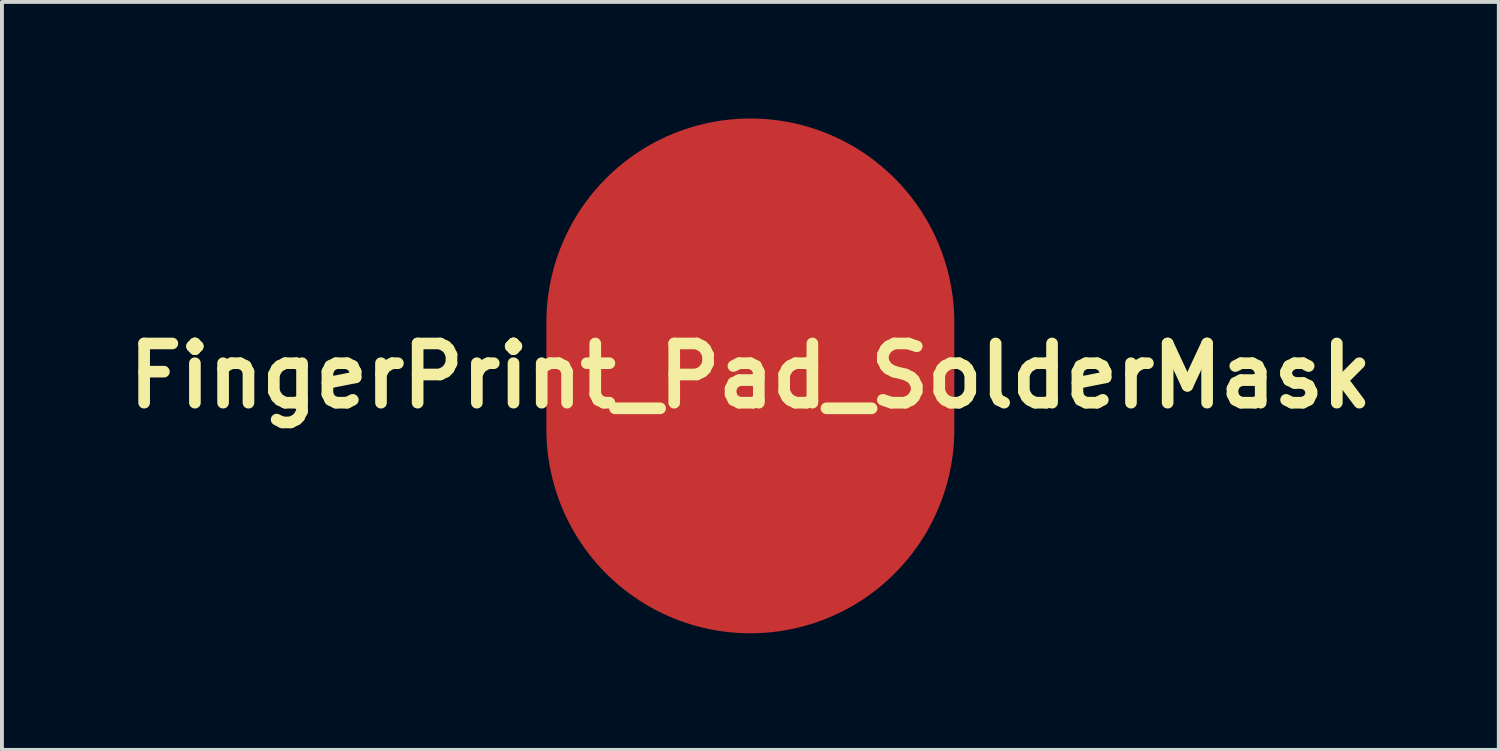
<source format=kicad_pcb>
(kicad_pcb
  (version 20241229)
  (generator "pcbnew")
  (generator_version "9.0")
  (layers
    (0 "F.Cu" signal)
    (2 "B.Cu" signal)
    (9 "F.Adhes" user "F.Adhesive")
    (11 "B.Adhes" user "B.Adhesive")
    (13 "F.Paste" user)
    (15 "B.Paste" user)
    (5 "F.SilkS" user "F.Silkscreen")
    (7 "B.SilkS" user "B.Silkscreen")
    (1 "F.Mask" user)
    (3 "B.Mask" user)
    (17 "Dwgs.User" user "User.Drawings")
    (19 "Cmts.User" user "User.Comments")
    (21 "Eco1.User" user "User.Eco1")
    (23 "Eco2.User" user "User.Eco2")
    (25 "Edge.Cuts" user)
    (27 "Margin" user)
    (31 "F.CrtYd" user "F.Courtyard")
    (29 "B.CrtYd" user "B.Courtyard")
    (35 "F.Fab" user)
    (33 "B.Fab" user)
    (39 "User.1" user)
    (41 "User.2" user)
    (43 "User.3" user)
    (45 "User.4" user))
  (footprint "FingerPrint_Pad_SolderMask"
    (layer "F.Cu")
    (at 16.263 6.625)
    (property "Reference" "FingerPrint_Pad_SolderMask" (at 0 0 0) (layer "F.SilkS") (effects (font (size 1.524 1.524) (thickness 0.3))))
    (attr board_only exclude_from_pos_files exclude_from_bom)
    (fp_poly (pts (xy 4.02 -1.476) (xy 4.107 -1.451) (xy 4.186 -1.4) (xy 4.213 -1.374) (xy 4.247 -1.327) (xy 4.284 -1.255) (xy 4.323 -1.163) (xy 4.362 -1.054) (xy 4.4 -0.93) (xy 4.437 -0.798) (xy 4.47 -0.658) (xy 4.486 -0.584) (xy 4.544 -0.231) (xy 4.58 0.139) (xy 4.593 0.524) (xy 4.583 0.923) (xy 4.55 1.335) (xy 4.495 1.761) (xy 4.417 2.197) (xy 4.41 2.234) (xy 4.388 2.334) (xy 4.369 2.41) (xy 4.35 2.467) (xy 4.33 2.511) (xy 4.306 2.547) (xy 4.29 2.566) (xy 4.228 2.615) (xy 4.15 2.648) (xy 4.065 2.662) (xy 3.981 2.657) (xy 3.944 2.646) (xy 3.868 2.604) (xy 3.805 2.54) (xy 3.761 2.463) (xy 3.74 2.377) (xy 3.739 2.352) (xy 3.742 2.311) (xy 3.75 2.251) (xy 3.762 2.18) (xy 3.774 2.12) (xy 3.846 1.737) (xy 3.9 1.336) (xy 3.936 0.919) (xy 3.939 0.87) (xy 3.948 0.606) (xy 3.944 0.341) (xy 3.927 0.079) (xy 3.899 -0.175) (xy 3.859 -0.417) (xy 3.809 -0.644) (xy 3.749 -0.85) (xy 3.708 -0.96) (xy 3.672 -1.07) (xy 3.656 -1.163) (xy 3.662 -1.243) (xy 3.69 -1.314) (xy 3.74 -1.377) (xy 3.766 -1.401) (xy 3.845 -1.452) (xy 3.932 -1.477)) (stroke (width 0) (type solid)) (fill yes) (layer "F.Mask"))
    (fp_poly (pts (xy -0.424 4.327) (xy -0.285 4.35) (xy -0.281 4.351) (xy -0.114 4.405) (xy 0.04 4.483) (xy 0.181 4.587) (xy 0.31 4.716) (xy 0.427 4.871) (xy 0.531 5.051) (xy 0.619 5.246) (xy 0.668 5.375) (xy 0.702 5.483) (xy 0.722 5.572) (xy 0.728 5.648) (xy 0.721 5.713) (xy 0.701 5.769) (xy 0.678 5.808) (xy 0.618 5.872) (xy 0.542 5.918) (xy 0.457 5.943) (xy 0.371 5.945) (xy 0.308 5.93) (xy 0.241 5.899) (xy 0.188 5.858) (xy 0.145 5.803) (xy 0.108 5.729) (xy 0.08 5.649) (xy 0.018 5.482) (xy -0.05 5.336) (xy -0.124 5.213) (xy -0.204 5.114) (xy -0.287 5.04) (xy -0.375 4.991) (xy -0.464 4.969) (xy -0.531 4.97) (xy -0.615 4.993) (xy -0.711 5.04) (xy -0.819 5.111) (xy -0.941 5.207) (xy -1.075 5.329) (xy -1.199 5.45) (xy -1.266 5.518) (xy -1.33 5.58) (xy -1.387 5.633) (xy -1.432 5.673) (xy -1.463 5.697) (xy -1.47 5.702) (xy -1.534 5.723) (xy -1.611 5.728) (xy -1.689 5.719) (xy -1.75 5.697) (xy -1.827 5.642) (xy -1.883 5.568) (xy -1.917 5.48) (xy -1.926 5.399) (xy -1.922 5.353) (xy -1.908 5.306) (xy -1.882 5.256) (xy -1.841 5.198) (xy -1.785 5.13) (xy -1.71 5.05) (xy -1.635 4.973) (xy -1.461 4.806) (xy -1.296 4.665) (xy -1.14 4.549) (xy -0.989 4.458) (xy -0.844 4.391) (xy -0.702 4.348) (xy -0.563 4.326)) (stroke (width 0) (type solid)) (fill yes) (layer "F.Mask"))
    (fp_poly (pts (xy 0.991 2.584) (xy 1.073 2.616) (xy 1.136 2.664) (xy 1.194 2.739) (xy 1.226 2.821) (xy 1.231 2.912) (xy 1.209 3.012) (xy 1.18 3.082) (xy 1.14 3.173) (xy 1.112 3.255) (xy 1.093 3.335) (xy 1.083 3.422) (xy 1.079 3.526) (xy 1.079 3.575) (xy 1.08 3.66) (xy 1.083 3.726) (xy 1.089 3.779) (xy 1.098 3.829) (xy 1.113 3.883) (xy 1.119 3.903) (xy 1.167 4.04) (xy 1.225 4.171) (xy 1.297 4.297) (xy 1.384 4.421) (xy 1.488 4.546) (xy 1.612 4.675) (xy 1.758 4.81) (xy 1.926 4.954) (xy 1.983 5.006) (xy 2.028 5.058) (xy 2.051 5.094) (xy 2.079 5.178) (xy 2.081 5.265) (xy 2.06 5.35) (xy 2.016 5.426) (xy 1.953 5.488) (xy 1.935 5.5) (xy 1.856 5.535) (xy 1.769 5.549) (xy 1.685 5.542) (xy 1.633 5.525) (xy 1.58 5.494) (xy 1.511 5.444) (xy 1.431 5.38) (xy 1.343 5.305) (xy 1.252 5.222) (xy 1.16 5.134) (xy 1.072 5.045) (xy 0.991 4.959) (xy 0.921 4.878) (xy 0.906 4.859) (xy 0.767 4.666) (xy 0.65 4.46) (xy 0.555 4.246) (xy 0.485 4.029) (xy 0.448 3.856) (xy 0.437 3.761) (xy 0.432 3.649) (xy 0.432 3.529) (xy 0.437 3.408) (xy 0.446 3.298) (xy 0.461 3.206) (xy 0.462 3.2) (xy 0.499 3.055) (xy 0.543 2.925) (xy 0.592 2.814) (xy 0.644 2.723) (xy 0.7 2.657) (xy 0.731 2.631) (xy 0.814 2.591) (xy 0.902 2.575)) (stroke (width 0) (type solid)) (fill yes) (layer "F.Mask"))
    (fp_poly (pts (xy 0.018 0.074) (xy 0.096 0.106) (xy 0.159 0.16) (xy 0.204 0.229) (xy 0.229 0.286) (xy 0.242 0.341) (xy 0.241 0.4) (xy 0.227 0.466) (xy 0.198 0.546) (xy 0.154 0.644) (xy 0.147 0.66) (xy 0.024 0.896) (xy -0.118 1.137) (xy -0.28 1.384) (xy -0.463 1.639) (xy -0.669 1.903) (xy -0.899 2.179) (xy -1.027 2.326) (xy -1.112 2.419) (xy -1.215 2.528) (xy -1.33 2.647) (xy -1.456 2.774) (xy -1.587 2.904) (xy -1.72 3.033) (xy -1.851 3.158) (xy -1.975 3.274) (xy -2.089 3.378) (xy -2.14 3.423) (xy -2.269 3.534) (xy -2.412 3.654) (xy -2.565 3.78) (xy -2.723 3.908) (xy -2.884 4.036) (xy -3.043 4.16) (xy -3.196 4.277) (xy -3.34 4.385) (xy -3.47 4.48) (xy -3.579 4.556) (xy -3.67 4.608) (xy -3.755 4.633) (xy -3.838 4.633) (xy -3.899 4.617) (xy -3.982 4.574) (xy -4.047 4.512) (xy -4.091 4.435) (xy -4.113 4.35) (xy -4.11 4.26) (xy -4.085 4.181) (xy -4.074 4.156) (xy -4.062 4.135) (xy -4.046 4.114) (xy -4.024 4.092) (xy -3.993 4.065) (xy -3.95 4.03) (xy -3.891 3.986) (xy -3.814 3.93) (xy -3.75 3.883) (xy -3.344 3.578) (xy -2.955 3.268) (xy -2.585 2.953) (xy -2.235 2.635) (xy -1.906 2.316) (xy -1.601 1.997) (xy -1.32 1.68) (xy -1.066 1.366) (xy -1.025 1.312) (xy -0.883 1.12) (xy -0.759 0.94) (xy -0.648 0.766) (xy -0.546 0.59) (xy -0.449 0.407) (xy -0.435 0.379) (xy -0.394 0.297) (xy -0.362 0.236) (xy -0.337 0.192) (xy -0.315 0.161) (xy -0.295 0.139) (xy -0.272 0.122) (xy -0.251 0.108) (xy -0.208 0.084) (xy -0.17 0.071) (xy -0.125 0.065) (xy -0.078 0.064)) (stroke (width 0) (type solid)) (fill yes) (layer "F.Mask"))
    (fp_poly (pts (xy 0.125 -5.74) (xy 0.278 -5.736) (xy 0.416 -5.728) (xy 0.534 -5.718) (xy 0.542 -5.717) (xy 0.955 -5.659) (xy 1.352 -5.577) (xy 1.735 -5.471) (xy 2.105 -5.341) (xy 2.464 -5.184) (xy 2.812 -5.003) (xy 3.151 -4.795) (xy 3.481 -4.56) (xy 3.565 -4.495) (xy 3.645 -4.426) (xy 3.7 -4.36) (xy 3.734 -4.294) (xy 3.747 -4.24) (xy 3.748 -4.147) (xy 3.723 -4.06) (xy 3.676 -3.986) (xy 3.609 -3.926) (xy 3.525 -3.887) (xy 3.493 -3.878) (xy 3.439 -3.87) (xy 3.389 -3.872) (xy 3.338 -3.885) (xy 3.283 -3.911) (xy 3.217 -3.952) (xy 3.136 -4.011) (xy 3.114 -4.028) (xy 2.808 -4.247) (xy 2.499 -4.439) (xy 2.183 -4.605) (xy 1.859 -4.746) (xy 1.523 -4.864) (xy 1.291 -4.93) (xy 0.939 -5.009) (xy 0.579 -5.065) (xy 0.215 -5.097) (xy -0.149 -5.105) (xy -0.511 -5.09) (xy -0.867 -5.052) (xy -1.214 -4.991) (xy -1.548 -4.906) (xy -1.634 -4.88) (xy -1.928 -4.775) (xy -2.214 -4.651) (xy -2.487 -4.509) (xy -2.746 -4.351) (xy -2.988 -4.179) (xy -3.209 -3.996) (xy -3.406 -3.801) (xy -3.474 -3.726) (xy -3.531 -3.663) (xy -3.584 -3.611) (xy -3.627 -3.574) (xy -3.65 -3.559) (xy -3.707 -3.54) (xy -3.777 -3.53) (xy -3.846 -3.53) (xy -3.902 -3.541) (xy -3.903 -3.541) (xy -3.984 -3.585) (xy -4.047 -3.648) (xy -4.091 -3.726) (xy -4.112 -3.814) (xy -4.108 -3.905) (xy -4.103 -3.926) (xy -4.085 -3.975) (xy -4.054 -4.03) (xy -4.007 -4.094) (xy -3.944 -4.169) (xy -3.861 -4.258) (xy -3.803 -4.317) (xy -3.555 -4.548) (xy -3.288 -4.76) (xy -3.001 -4.954) (xy -2.693 -5.132) (xy -2.583 -5.188) (xy -2.289 -5.324) (xy -1.991 -5.44) (xy -1.685 -5.537) (xy -1.366 -5.616) (xy -1.029 -5.679) (xy -0.749 -5.717) (xy -0.639 -5.727) (xy -0.506 -5.735) (xy -0.357 -5.74) (xy -0.198 -5.743) (xy -0.036 -5.743)) (stroke (width 0) (type solid)) (fill yes) (layer "F.Mask"))
    (fp_poly (pts (xy 0.39 -4.619) (xy 0.691 -4.584) (xy 0.842 -4.559) (xy 1.188 -4.479) (xy 1.528 -4.372) (xy 1.864 -4.236) (xy 2.195 -4.073) (xy 2.521 -3.881) (xy 2.843 -3.662) (xy 3.057 -3.498) (xy 3.157 -3.416) (xy 3.264 -3.32) (xy 3.378 -3.213) (xy 3.493 -3.1) (xy 3.608 -2.983) (xy 3.72 -2.865) (xy 3.824 -2.75) (xy 3.919 -2.64) (xy 4.002 -2.54) (xy 4.068 -2.452) (xy 4.115 -2.38) (xy 4.154 -2.289) (xy 4.165 -2.198) (xy 4.148 -2.109) (xy 4.105 -2.027) (xy 4.066 -1.981) (xy 3.99 -1.923) (xy 3.907 -1.892) (xy 3.817 -1.889) (xy 3.772 -1.897) (xy 3.718 -1.915) (xy 3.67 -1.942) (xy 3.623 -1.982) (xy 3.57 -2.04) (xy 3.522 -2.102) (xy 3.317 -2.355) (xy 3.091 -2.598) (xy 2.848 -2.828) (xy 2.592 -3.042) (xy 2.324 -3.239) (xy 2.05 -3.415) (xy 1.771 -3.568) (xy 1.492 -3.695) (xy 1.459 -3.709) (xy 1.188 -3.807) (xy 0.925 -3.882) (xy 0.661 -3.937) (xy 0.389 -3.973) (xy 0.102 -3.99) (xy 0.093 -3.991) (xy -0.265 -3.989) (xy -0.612 -3.962) (xy -0.946 -3.909) (xy -1.268 -3.832) (xy -1.576 -3.73) (xy -1.871 -3.603) (xy -2.153 -3.451) (xy -2.42 -3.275) (xy -2.554 -3.173) (xy -2.699 -3.049) (xy -2.852 -2.901) (xy -3.011 -2.733) (xy -3.173 -2.547) (xy -3.337 -2.347) (xy -3.499 -2.135) (xy -3.657 -1.914) (xy -3.809 -1.688) (xy -3.926 -1.5) (xy -3.982 -1.424) (xy -4.042 -1.373) (xy -4.112 -1.343) (xy -4.199 -1.33) (xy -4.201 -1.33) (xy -4.264 -1.329) (xy -4.31 -1.336) (xy -4.351 -1.351) (xy -4.364 -1.357) (xy -4.436 -1.408) (xy -4.49 -1.478) (xy -4.525 -1.56) (xy -4.537 -1.647) (xy -4.524 -1.734) (xy -4.521 -1.742) (xy -4.498 -1.794) (xy -4.459 -1.866) (xy -4.406 -1.954) (xy -4.34 -2.056) (xy -4.265 -2.169) (xy -4.181 -2.29) (xy -4.09 -2.417) (xy -3.995 -2.546) (xy -3.898 -2.675) (xy -3.8 -2.802) (xy -3.703 -2.923) (xy -3.654 -2.982) (xy -3.409 -3.259) (xy -3.151 -3.509) (xy -2.88 -3.734) (xy -2.597 -3.933) (xy -2.301 -4.107) (xy -1.991 -4.257) (xy -1.668 -4.381) (xy -1.33 -4.481) (xy -0.977 -4.557) (xy -0.878 -4.573) (xy -0.563 -4.612) (xy -0.243 -4.633) (xy 0.077 -4.635)) (stroke (width 0) (type solid)) (fill yes) (layer "F.Mask"))
    (fp_poly (pts (xy 0.057 -1.224) (xy 0.232 -1.198) (xy 0.409 -1.147) (xy 0.576 -1.074) (xy 0.749 -0.969) (xy 0.905 -0.841) (xy 1.043 -0.692) (xy 1.162 -0.52) (xy 1.264 -0.328) (xy 1.346 -0.115) (xy 1.394 0.051) (xy 1.42 0.192) (xy 1.433 0.348) (xy 1.434 0.511) (xy 1.422 0.669) (xy 1.401 0.794) (xy 1.339 1.023) (xy 1.25 1.261) (xy 1.134 1.508) (xy 0.991 1.763) (xy 0.82 2.027) (xy 0.623 2.299) (xy 0.399 2.58) (xy 0.148 2.869) (xy -0.13 3.166) (xy -0.434 3.472) (xy -0.765 3.785) (xy -1.006 4.003) (xy -1.265 4.23) (xy -1.541 4.463) (xy -1.826 4.697) (xy -2.112 4.924) (xy -2.39 5.137) (xy -2.445 5.179) (xy -2.545 5.253) (xy -2.627 5.311) (xy -2.693 5.354) (xy -2.748 5.384) (xy -2.794 5.403) (xy -2.837 5.413) (xy -2.878 5.414) (xy -2.922 5.409) (xy -2.94 5.406) (xy -3.025 5.376) (xy -3.097 5.322) (xy -3.153 5.246) (xy -3.157 5.238) (xy -3.189 5.151) (xy -3.194 5.066) (xy -3.172 4.98) (xy -3.162 4.957) (xy -3.148 4.929) (xy -3.13 4.904) (xy -3.107 4.877) (xy -3.072 4.847) (xy -3.024 4.808) (xy -2.959 4.758) (xy -2.904 4.717) (xy -2.568 4.462) (xy -2.238 4.201) (xy -1.916 3.936) (xy -1.604 3.669) (xy -1.305 3.403) (xy -1.021 3.138) (xy -0.754 2.878) (xy -0.506 2.624) (xy -0.28 2.379) (xy -0.093 2.162) (xy 0.098 1.923) (xy 0.267 1.692) (xy 0.413 1.47) (xy 0.537 1.257) (xy 0.637 1.055) (xy 0.713 0.863) (xy 0.764 0.684) (xy 0.786 0.565) (xy 0.795 0.46) (xy 0.792 0.362) (xy 0.777 0.259) (xy 0.755 0.161) (xy 0.699 -0.009) (xy 0.627 -0.158) (xy 0.538 -0.287) (xy 0.435 -0.395) (xy 0.319 -0.48) (xy 0.191 -0.54) (xy 0.053 -0.576) (xy -0.071 -0.585) (xy -0.229 -0.571) (xy -0.38 -0.53) (xy -0.523 -0.462) (xy -0.657 -0.368) (xy -0.779 -0.25) (xy -0.807 -0.218) (xy -0.846 -0.166) (xy -0.888 -0.1) (xy -0.935 -0.017) (xy -0.989 0.088) (xy -1.022 0.155) (xy -1.163 0.433) (xy -1.301 0.685) (xy -1.438 0.916) (xy -1.577 1.128) (xy -1.718 1.324) (xy -1.792 1.42) (xy -1.858 1.498) (xy -1.94 1.59) (xy -2.036 1.691) (xy -2.139 1.797) (xy -2.247 1.904) (xy -2.353 2.006) (xy -2.454 2.1) (xy -2.546 2.18) (xy -2.569 2.199) (xy -2.633 2.252) (xy -2.715 2.316) (xy -2.81 2.39) (xy -2.917 2.472) (xy -3.033 2.559) (xy -3.156 2.651) (xy -3.282 2.745) (xy -3.41 2.84) (xy -3.538 2.933) (xy -3.662 3.024) (xy -3.78 3.109) (xy -3.889 3.188) (xy -3.988 3.258) (xy -4.074 3.317) (xy -4.144 3.365) (xy -4.196 3.398) (xy -4.223 3.414) (xy -4.294 3.436) (xy -4.376 3.438) (xy -4.46 3.421) (xy -4.506 3.402) (xy -4.579 3.351) (xy -4.633 3.285) (xy -4.665 3.207) (xy -4.677 3.124) (xy -4.667 3.041) (xy -4.635 2.962) (xy -4.58 2.893) (xy -4.556 2.872) (xy -4.531 2.853) (xy -4.486 2.82) (xy -4.424 2.776) (xy -4.35 2.722) (xy -4.266 2.662) (xy -4.175 2.597) (xy -4.145 2.576) (xy -3.932 2.423) (xy -3.74 2.284) (xy -3.569 2.158) (xy -3.414 2.043) (xy -3.276 1.937) (xy -3.151 1.839) (xy -3.037 1.746) (xy -2.933 1.658) (xy -2.836 1.572) (xy -2.744 1.488) (xy -2.656 1.402) (xy -2.611 1.357) (xy -2.482 1.224) (xy -2.365 1.095) (xy -2.257 0.967) (xy -2.157 0.835) (xy -2.061 0.696) (xy -1.966 0.546) (xy -1.87 0.381) (xy -1.771 0.198) (xy -1.665 -0.008) (xy -1.652 -0.036) (xy -1.58 -0.178) (xy -1.517 -0.297) (xy -1.461 -0.398) (xy -1.409 -0.483) (xy -1.358 -0.557) (xy -1.307 -0.623) (xy -1.253 -0.685) (xy -1.194 -0.747) (xy -1.192 -0.749) (xy -1.025 -0.897) (xy -0.85 -1.018) (xy -0.666 -1.111) (xy -0.473 -1.178) (xy -0.271 -1.217) (xy -0.061 -1.229)) (stroke (width 0) (type solid)) (fill yes) (layer "F.Mask"))
    (fp_poly (pts (xy 0.016 -3.501) (xy 0.123 -3.498) (xy 0.223 -3.495) (xy 0.31 -3.491) (xy 0.376 -3.486) (xy 0.392 -3.484) (xy 0.703 -3.433) (xy 1.004 -3.36) (xy 1.293 -3.267) (xy 1.565 -3.153) (xy 1.727 -3.072) (xy 1.989 -2.915) (xy 2.238 -2.733) (xy 2.473 -2.53) (xy 2.691 -2.306) (xy 2.891 -2.064) (xy 3.072 -1.807) (xy 3.231 -1.536) (xy 3.367 -1.252) (xy 3.47 -0.986) (xy 3.524 -0.792) (xy 3.56 -0.587) (xy 3.578 -0.366) (xy 3.578 -0.127) (xy 3.568 0.043) (xy 3.561 0.131) (xy 3.554 0.215) (xy 3.545 0.298) (xy 3.535 0.385) (xy 3.523 0.48) (xy 3.508 0.585) (xy 3.49 0.707) (xy 3.469 0.848) (xy 3.443 1.012) (xy 3.439 1.042) (xy 3.406 1.256) (xy 3.378 1.444) (xy 3.356 1.609) (xy 3.339 1.754) (xy 3.328 1.881) (xy 3.322 1.992) (xy 3.321 2.091) (xy 3.325 2.178) (xy 3.336 2.258) (xy 3.351 2.332) (xy 3.372 2.404) (xy 3.398 2.474) (xy 3.43 2.547) (xy 3.445 2.578) (xy 3.5 2.686) (xy 3.561 2.788) (xy 3.631 2.889) (xy 3.713 2.994) (xy 3.81 3.106) (xy 3.925 3.23) (xy 3.969 3.276) (xy 4.037 3.348) (xy 4.088 3.404) (xy 4.122 3.448) (xy 4.143 3.482) (xy 4.151 3.504) (xy 4.166 3.601) (xy 4.155 3.689) (xy 4.116 3.77) (xy 4.069 3.826) (xy 3.992 3.885) (xy 3.906 3.918) (xy 3.816 3.923) (xy 3.725 3.901) (xy 3.71 3.895) (xy 3.668 3.869) (xy 3.611 3.822) (xy 3.538 3.754) (xy 3.468 3.684) (xy 3.28 3.481) (xy 3.12 3.283) (xy 2.986 3.087) (xy 2.877 2.891) (xy 2.791 2.695) (xy 2.729 2.495) (xy 2.689 2.296) (xy 2.679 2.219) (xy 2.673 2.139) (xy 2.671 2.054) (xy 2.673 1.961) (xy 2.679 1.857) (xy 2.69 1.739) (xy 2.705 1.605) (xy 2.725 1.452) (xy 2.75 1.277) (xy 2.78 1.078) (xy 2.789 1.02) (xy 2.827 0.778) (xy 2.859 0.562) (xy 2.885 0.369) (xy 2.906 0.198) (xy 2.921 0.045) (xy 2.931 -0.092) (xy 2.936 -0.214) (xy 2.936 -0.324) (xy 2.93 -0.424) (xy 2.92 -0.517) (xy 2.904 -0.604) (xy 2.884 -0.689) (xy 2.859 -0.773) (xy 2.853 -0.79) (xy 2.762 -1.024) (xy 2.646 -1.258) (xy 2.509 -1.486) (xy 2.354 -1.704) (xy 2.183 -1.906) (xy 2.099 -1.994) (xy 1.891 -2.185) (xy 1.672 -2.351) (xy 1.44 -2.493) (xy 1.195 -2.612) (xy 0.934 -2.709) (xy 0.655 -2.785) (xy 0.358 -2.839) (xy 0.342 -2.842) (xy 0.258 -2.85) (xy 0.152 -2.856) (xy 0.031 -2.859) (xy -0.096 -2.859) (xy -0.224 -2.857) (xy -0.344 -2.852) (xy -0.45 -2.844) (xy -0.528 -2.835) (xy -0.792 -2.783) (xy -1.043 -2.71) (xy -1.282 -2.615) (xy -1.511 -2.498) (xy -1.731 -2.357) (xy -1.942 -2.192) (xy -2.146 -2.002) (xy -2.343 -1.786) (xy -2.535 -1.544) (xy -2.723 -1.275) (xy -2.82 -1.122) (xy -2.921 -0.961) (xy -3.01 -0.821) (xy -3.091 -0.699) (xy -3.166 -0.591) (xy -3.238 -0.495) (xy -3.31 -0.406) (xy -3.383 -0.322) (xy -3.46 -0.238) (xy -3.545 -0.151) (xy -3.554 -0.142) (xy -3.643 -0.058) (xy -3.741 0.029) (xy -3.843 0.113) (xy -3.945 0.192) (xy -4.041 0.261) (xy -4.127 0.316) (xy -4.177 0.344) (xy -4.276 0.381) (xy -4.37 0.391) (xy -4.458 0.374) (xy -4.538 0.33) (xy -4.591 0.28) (xy -4.638 0.21) (xy -4.661 0.131) (xy -4.663 0.043) (xy -4.654 -0.019) (xy -4.634 -0.073) (xy -4.599 -0.122) (xy -4.546 -0.172) (xy -4.471 -0.228) (xy -4.442 -0.247) (xy -4.217 -0.413) (xy -4.008 -0.6) (xy -3.813 -0.812) (xy -3.692 -0.964) (xy -3.657 -1.013) (xy -3.612 -1.08) (xy -3.559 -1.16) (xy -3.503 -1.248) (xy -3.447 -1.338) (xy -3.432 -1.362) (xy -3.255 -1.639) (xy -3.081 -1.89) (xy -2.907 -2.117) (xy -2.731 -2.323) (xy -2.551 -2.51) (xy -2.366 -2.68) (xy -2.326 -2.715) (xy -2.083 -2.9) (xy -1.824 -3.063) (xy -1.55 -3.201) (xy -1.263 -3.315) (xy -0.963 -3.404) (xy -0.652 -3.467) (xy -0.635 -3.47) (xy -0.56 -3.481) (xy -0.488 -3.489) (xy -0.414 -3.495) (xy -0.331 -3.498) (xy -0.233 -3.501) (xy -0.114 -3.501) (xy -0.093 -3.501)) (stroke (width 0) (type solid)) (fill yes) (layer "F.Mask"))
    (fp_poly (pts (xy 0.159 -2.377) (xy 0.417 -2.339) (xy 0.673 -2.273) (xy 0.713 -2.26) (xy 0.952 -2.167) (xy 1.182 -2.05) (xy 1.4 -1.912) (xy 1.604 -1.754) (xy 1.791 -1.58) (xy 1.96 -1.39) (xy 2.106 -1.189) (xy 2.228 -0.976) (xy 2.248 -0.935) (xy 2.328 -0.746) (xy 2.39 -0.553) (xy 2.434 -0.353) (xy 2.461 -0.141) (xy 2.471 0.087) (xy 2.466 0.332) (xy 2.461 0.419) (xy 2.453 0.509) (xy 2.442 0.604) (xy 2.428 0.708) (xy 2.411 0.825) (xy 2.388 0.958) (xy 2.361 1.112) (xy 2.328 1.288) (xy 2.319 1.334) (xy 2.289 1.49) (xy 2.264 1.622) (xy 2.244 1.732) (xy 2.228 1.826) (xy 2.216 1.905) (xy 2.206 1.974) (xy 2.2 2.037) (xy 2.195 2.096) (xy 2.192 2.156) (xy 2.191 2.219) (xy 2.191 2.291) (xy 2.191 2.333) (xy 2.191 2.436) (xy 2.192 2.517) (xy 2.196 2.582) (xy 2.201 2.639) (xy 2.209 2.694) (xy 2.22 2.754) (xy 2.23 2.799) (xy 2.285 3.022) (xy 2.351 3.225) (xy 2.426 3.405) (xy 2.51 3.56) (xy 2.533 3.596) (xy 2.626 3.722) (xy 2.726 3.83) (xy 2.839 3.923) (xy 2.968 4.005) (xy 3.118 4.079) (xy 3.221 4.122) (xy 3.307 4.157) (xy 3.371 4.188) (xy 3.418 4.217) (xy 3.452 4.249) (xy 3.48 4.287) (xy 3.488 4.3) (xy 3.524 4.389) (xy 3.533 4.48) (xy 3.515 4.568) (xy 3.47 4.65) (xy 3.456 4.667) (xy 3.388 4.729) (xy 3.31 4.767) (xy 3.221 4.779) (xy 3.119 4.767) (xy 3.019 4.736) (xy 2.79 4.639) (xy 2.585 4.528) (xy 2.402 4.4) (xy 2.24 4.256) (xy 2.095 4.092) (xy 1.967 3.907) (xy 1.853 3.7) (xy 1.848 3.689) (xy 1.745 3.448) (xy 1.662 3.194) (xy 1.598 2.932) (xy 1.557 2.668) (xy 1.537 2.406) (xy 1.542 2.153) (xy 1.542 2.152) (xy 1.549 2.056) (xy 1.559 1.959) (xy 1.572 1.857) (xy 1.588 1.747) (xy 1.608 1.623) (xy 1.634 1.481) (xy 1.664 1.319) (xy 1.682 1.227) (xy 1.714 1.063) (xy 1.74 0.922) (xy 1.762 0.802) (xy 1.779 0.699) (xy 1.793 0.608) (xy 1.803 0.526) (xy 1.81 0.449) (xy 1.815 0.373) (xy 1.817 0.295) (xy 1.818 0.21) (xy 1.819 0.136) (xy 1.817 0.001) (xy 1.813 -0.112) (xy 1.805 -0.207) (xy 1.792 -0.293) (xy 1.773 -0.374) (xy 1.748 -0.456) (xy 1.716 -0.546) (xy 1.714 -0.55) (xy 1.629 -0.731) (xy 1.52 -0.904) (xy 1.388 -1.067) (xy 1.237 -1.218) (xy 1.069 -1.354) (xy 0.888 -1.474) (xy 0.696 -1.574) (xy 0.496 -1.653) (xy 0.291 -1.709) (xy 0.237 -1.719) (xy 0.122 -1.733) (xy -0.009 -1.74) (xy -0.146 -1.74) (xy -0.278 -1.733) (xy -0.396 -1.718) (xy -0.429 -1.712) (xy -0.646 -1.656) (xy -0.85 -1.578) (xy -1.044 -1.476) (xy -1.231 -1.349) (xy -1.413 -1.196) (xy -1.485 -1.127) (xy -1.589 -1.02) (xy -1.684 -0.913) (xy -1.771 -0.801) (xy -1.855 -0.681) (xy -1.937 -0.549) (xy -2.02 -0.401) (xy -2.108 -0.232) (xy -2.166 -0.114) (xy -2.264 0.079) (xy -2.363 0.252) (xy -2.467 0.411) (xy -2.58 0.563) (xy -2.708 0.714) (xy -2.855 0.871) (xy -2.896 0.912) (xy -3.061 1.071) (xy -3.246 1.236) (xy -3.445 1.403) (xy -3.653 1.566) (xy -3.863 1.72) (xy -4.017 1.827) (xy -4.112 1.888) (xy -4.189 1.933) (xy -4.253 1.963) (xy -4.309 1.98) (xy -4.361 1.984) (xy -4.415 1.978) (xy -4.458 1.968) (xy -4.524 1.936) (xy -4.585 1.882) (xy -4.634 1.814) (xy -4.668 1.738) (xy -4.68 1.661) (xy -4.68 1.659) (xy -4.675 1.598) (xy -4.656 1.542) (xy -4.622 1.489) (xy -4.569 1.433) (xy -4.495 1.373) (xy -4.405 1.31) (xy -4.182 1.155) (xy -3.966 0.994) (xy -3.762 0.83) (xy -3.573 0.667) (xy -3.402 0.507) (xy -3.253 0.353) (xy -3.224 0.321) (xy -3.143 0.228) (xy -3.074 0.144) (xy -3.012 0.063) (xy -2.956 -0.019) (xy -2.901 -0.107) (xy -2.845 -0.206) (xy -2.784 -0.321) (xy -2.716 -0.458) (xy -2.713 -0.464) (xy -2.612 -0.661) (xy -2.516 -0.836) (xy -2.422 -0.992) (xy -2.327 -1.135) (xy -2.228 -1.268) (xy -2.122 -1.396) (xy -2.005 -1.524) (xy -1.984 -1.546) (xy -1.782 -1.737) (xy -1.567 -1.905) (xy -1.341 -2.049) (xy -1.105 -2.167) (xy -0.861 -2.261) (xy -0.611 -2.33) (xy -0.357 -2.372) (xy -0.099 -2.388)) (stroke (width 0) (type solid)) (fill yes) (layer "F.Mask"))
    (pad "1" smd oval (at 0 0) (size 10.5 13.25) (layers "F.Cu")))
  (gr_rect
    (start -3 -3)
    (end 35.527 16.25)
    (stroke (width 0.1) (type default))
    (fill no)
    (layer "Edge.Cuts")))
</source>
